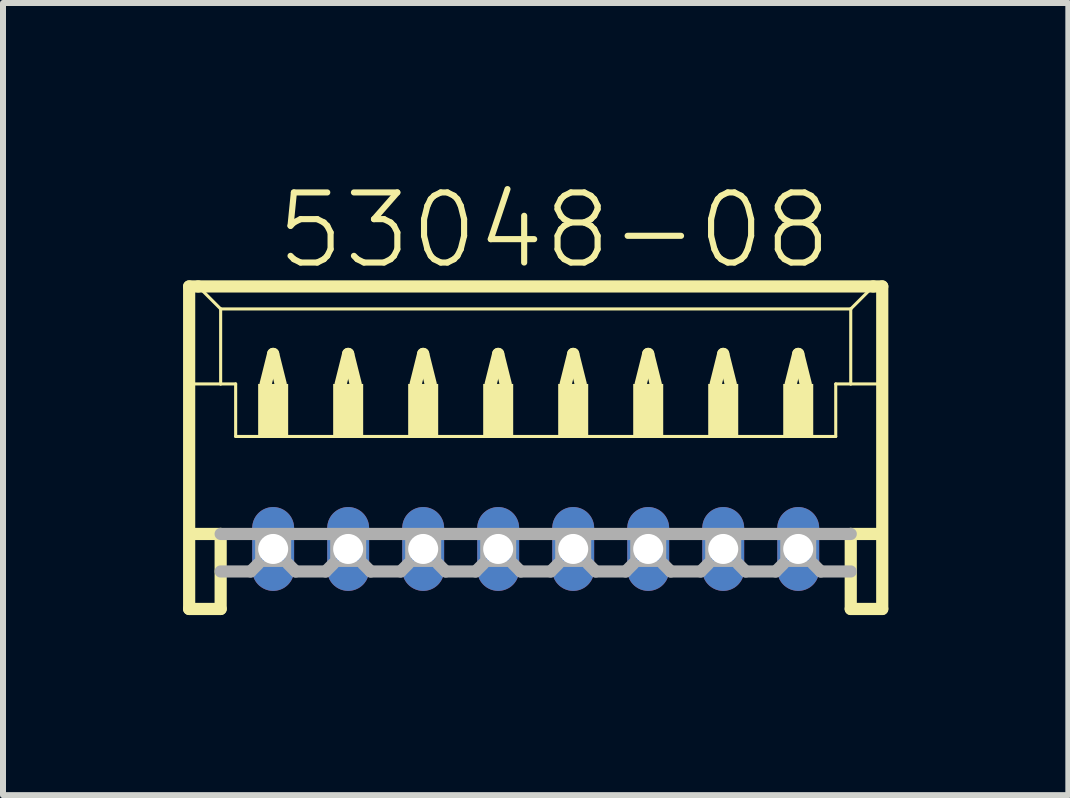
<source format=kicad_pcb>
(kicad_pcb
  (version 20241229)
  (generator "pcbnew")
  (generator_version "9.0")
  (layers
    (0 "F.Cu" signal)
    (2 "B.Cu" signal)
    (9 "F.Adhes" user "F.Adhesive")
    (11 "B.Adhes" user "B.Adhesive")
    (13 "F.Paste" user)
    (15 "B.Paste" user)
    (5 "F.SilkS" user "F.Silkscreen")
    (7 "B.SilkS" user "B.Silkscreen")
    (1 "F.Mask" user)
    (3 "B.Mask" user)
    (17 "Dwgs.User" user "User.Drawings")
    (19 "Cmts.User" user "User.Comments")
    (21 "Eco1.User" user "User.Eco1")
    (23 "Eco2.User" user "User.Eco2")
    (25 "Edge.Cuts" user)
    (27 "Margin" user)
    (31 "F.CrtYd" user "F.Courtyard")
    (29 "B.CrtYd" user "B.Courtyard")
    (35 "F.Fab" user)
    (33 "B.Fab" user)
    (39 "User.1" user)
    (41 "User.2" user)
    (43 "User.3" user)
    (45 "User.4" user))
  (footprint "53048-08"
    (layer "F.Cu")
    (at 5.877 4.848)
    (property "Reference" "53048-08" (at -4.375 -3.375 0) (layer "F.SilkS") (effects (font (size 1.168 1.168) (thickness 0.102)) (justify left bottom)))
    (fp_line (start -5.775 -3.125) (end -5.775 2.25) (stroke (width 0.203) (type solid)) (layer "F.SilkS"))
    (fp_line (start -5.775 2.25) (end -5.25 2.25) (stroke (width 0.203) (type solid)) (layer "F.SilkS"))
    (fp_line (start -5.75 -1.5) (end -5.25 -1.5) (stroke (width 0.051) (type solid)) (layer "F.SilkS"))
    (fp_line (start -5.75 1) (end -5.25 1) (stroke (width 0.203) (type solid)) (layer "F.SilkS"))
    (fp_line (start -5.625 -3.125) (end -5.775 -3.125) (stroke (width 0.203) (type solid)) (layer "F.SilkS"))
    (fp_line (start -5.25 -2.75) (end -5.625 -3.125) (stroke (width 0.051) (type solid)) (layer "F.SilkS"))
    (fp_line (start -5.25 -2.75) (end 5.25 -2.75) (stroke (width 0.051) (type solid)) (layer "F.SilkS"))
    (fp_line (start -5.25 -1.5) (end -5.25 -2.75) (stroke (width 0.051) (type solid)) (layer "F.SilkS"))
    (fp_line (start -5.25 -1.5) (end -5 -1.5) (stroke (width 0.051) (type solid)) (layer "F.SilkS"))
    (fp_line (start -5.25 1) (end -5.25 2.25) (stroke (width 0.203) (type solid)) (layer "F.SilkS"))
    (fp_line (start -5 -1.5) (end -5 -0.625) (stroke (width 0.051) (type solid)) (layer "F.SilkS"))
    (fp_line (start -5 -0.625) (end 5 -0.625) (stroke (width 0.051) (type solid)) (layer "F.SilkS"))
    (fp_line (start -4.5 -1.5) (end -4.375 -2) (stroke (width 0.203) (type solid)) (layer "F.SilkS"))
    (fp_line (start -4.375 -2) (end -4.25 -1.5) (stroke (width 0.203) (type solid)) (layer "F.SilkS"))
    (fp_line (start -3.25 -1.5) (end -3.125 -2) (stroke (width 0.203) (type solid)) (layer "F.SilkS"))
    (fp_line (start -3.125 -2) (end -3 -1.5) (stroke (width 0.203) (type solid)) (layer "F.SilkS"))
    (fp_line (start -2 -1.5) (end -1.875 -2) (stroke (width 0.203) (type solid)) (layer "F.SilkS"))
    (fp_line (start -1.875 -2) (end -1.75 -1.5) (stroke (width 0.203) (type solid)) (layer "F.SilkS"))
    (fp_line (start -0.75 -1.5) (end -0.625 -2) (stroke (width 0.203) (type solid)) (layer "F.SilkS"))
    (fp_line (start -0.625 -2) (end -0.5 -1.5) (stroke (width 0.203) (type solid)) (layer "F.SilkS"))
    (fp_line (start 0.5 -1.5) (end 0.625 -2) (stroke (width 0.203) (type solid)) (layer "F.SilkS"))
    (fp_line (start 0.625 -2) (end 0.75 -1.5) (stroke (width 0.203) (type solid)) (layer "F.SilkS"))
    (fp_line (start 1.75 -1.5) (end 1.875 -2) (stroke (width 0.203) (type solid)) (layer "F.SilkS"))
    (fp_line (start 1.875 -2) (end 2 -1.5) (stroke (width 0.203) (type solid)) (layer "F.SilkS"))
    (fp_line (start 3 -1.5) (end 3.125 -2) (stroke (width 0.203) (type solid)) (layer "F.SilkS"))
    (fp_line (start 3.125 -2) (end 3.25 -1.5) (stroke (width 0.203) (type solid)) (layer "F.SilkS"))
    (fp_line (start 4.25 -1.5) (end 4.375 -2) (stroke (width 0.203) (type solid)) (layer "F.SilkS"))
    (fp_line (start 4.375 -2) (end 4.5 -1.5) (stroke (width 0.203) (type solid)) (layer "F.SilkS"))
    (fp_line (start 5 -1.5) (end 5 -0.625) (stroke (width 0.051) (type solid)) (layer "F.SilkS"))
    (fp_line (start 5 -1.5) (end 5.25 -1.5) (stroke (width 0.051) (type solid)) (layer "F.SilkS"))
    (fp_line (start 5.25 -2.75) (end 5.25 -1.5) (stroke (width 0.051) (type solid)) (layer "F.SilkS"))
    (fp_line (start 5.25 -2.75) (end 5.625 -3.125) (stroke (width 0.051) (type solid)) (layer "F.SilkS"))
    (fp_line (start 5.25 -1.5) (end 5.75 -1.5) (stroke (width 0.051) (type solid)) (layer "F.SilkS"))
    (fp_line (start 5.25 1) (end 5.25 2.25) (stroke (width 0.203) (type solid)) (layer "F.SilkS"))
    (fp_line (start 5.25 1) (end 5.75 1) (stroke (width 0.203) (type solid)) (layer "F.SilkS"))
    (fp_line (start 5.25 2.25) (end 5.775 2.25) (stroke (width 0.203) (type solid)) (layer "F.SilkS"))
    (fp_line (start 5.625 -3.125) (end -5.625 -3.125) (stroke (width 0.203) (type solid)) (layer "F.SilkS"))
    (fp_line (start 5.775 -3.125) (end 5.625 -3.125) (stroke (width 0.203) (type solid)) (layer "F.SilkS"))
    (fp_line (start 5.775 2.25) (end 5.775 -3.125) (stroke (width 0.203) (type solid)) (layer "F.SilkS"))
    (fp_poly (pts (xy -4.625 -0.625) (xy -4.125 -0.625) (xy -4.125 -1.5) (xy -4.625 -1.5)) (stroke (width 0) (type solid)) (fill yes) (layer "F.SilkS"))
    (fp_poly (pts (xy -3.375 -0.625) (xy -2.875 -0.625) (xy -2.875 -1.5) (xy -3.375 -1.5)) (stroke (width 0) (type solid)) (fill yes) (layer "F.SilkS"))
    (fp_poly (pts (xy -2.125 -0.625) (xy -1.625 -0.625) (xy -1.625 -1.5) (xy -2.125 -1.5)) (stroke (width 0) (type solid)) (fill yes) (layer "F.SilkS"))
    (fp_poly (pts (xy -0.875 -0.625) (xy -0.375 -0.625) (xy -0.375 -1.5) (xy -0.875 -1.5)) (stroke (width 0) (type solid)) (fill yes) (layer "F.SilkS"))
    (fp_poly (pts (xy 0.375 -0.625) (xy 0.875 -0.625) (xy 0.875 -1.5) (xy 0.375 -1.5)) (stroke (width 0) (type solid)) (fill yes) (layer "F.SilkS"))
    (fp_poly (pts (xy 1.625 -0.625) (xy 2.125 -0.625) (xy 2.125 -1.5) (xy 1.625 -1.5)) (stroke (width 0) (type solid)) (fill yes) (layer "F.SilkS"))
    (fp_poly (pts (xy 2.875 -0.625) (xy 3.375 -0.625) (xy 3.375 -1.5) (xy 2.875 -1.5)) (stroke (width 0) (type solid)) (fill yes) (layer "F.SilkS"))
    (fp_poly (pts (xy 4.125 -0.625) (xy 4.625 -0.625) (xy 4.625 -1.5) (xy 4.125 -1.5)) (stroke (width 0) (type solid)) (fill yes) (layer "F.SilkS"))
    (fp_line (start -5.25 1) (end 5.25 1) (stroke (width 0.203) (type solid)) (layer "F.Fab"))
    (fp_line (start -4.75 1.625) (end -5.25 1.625) (stroke (width 0.203) (type solid)) (layer "F.Fab"))
    (fp_line (start -4.625 1.5) (end -4.75 1.625) (stroke (width 0.203) (type solid)) (layer "F.Fab"))
    (fp_line (start -4.125 1.5) (end -4 1.625) (stroke (width 0.203) (type solid)) (layer "F.Fab"))
    (fp_line (start -3.5 1.625) (end -4 1.625) (stroke (width 0.203) (type solid)) (layer "F.Fab"))
    (fp_line (start -3.375 1.5) (end -3.5 1.625) (stroke (width 0.203) (type solid)) (layer "F.Fab"))
    (fp_line (start -2.875 1.5) (end -2.75 1.625) (stroke (width 0.203) (type solid)) (layer "F.Fab"))
    (fp_line (start -2.25 1.625) (end -2.75 1.625) (stroke (width 0.203) (type solid)) (layer "F.Fab"))
    (fp_line (start -2.125 1.5) (end -2.25 1.625) (stroke (width 0.203) (type solid)) (layer "F.Fab"))
    (fp_line (start -1.625 1.5) (end -1.5 1.625) (stroke (width 0.203) (type solid)) (layer "F.Fab"))
    (fp_line (start -1 1.625) (end -1.5 1.625) (stroke (width 0.203) (type solid)) (layer "F.Fab"))
    (fp_line (start -0.875 1.5) (end -1 1.625) (stroke (width 0.203) (type solid)) (layer "F.Fab"))
    (fp_line (start -0.375 1.5) (end -0.25 1.625) (stroke (width 0.203) (type solid)) (layer "F.Fab"))
    (fp_line (start 0.25 1.625) (end -0.25 1.625) (stroke (width 0.203) (type solid)) (layer "F.Fab"))
    (fp_line (start 0.375 1.5) (end 0.25 1.625) (stroke (width 0.203) (type solid)) (layer "F.Fab"))
    (fp_line (start 0.875 1.5) (end 1 1.625) (stroke (width 0.203) (type solid)) (layer "F.Fab"))
    (fp_line (start 1.5 1.625) (end 1 1.625) (stroke (width 0.203) (type solid)) (layer "F.Fab"))
    (fp_line (start 1.625 1.5) (end 1.5 1.625) (stroke (width 0.203) (type solid)) (layer "F.Fab"))
    (fp_line (start 2.125 1.5) (end 2.25 1.625) (stroke (width 0.203) (type solid)) (layer "F.Fab"))
    (fp_line (start 2.75 1.625) (end 2.25 1.625) (stroke (width 0.203) (type solid)) (layer "F.Fab"))
    (fp_line (start 2.875 1.5) (end 2.75 1.625) (stroke (width 0.203) (type solid)) (layer "F.Fab"))
    (fp_line (start 3.375 1.5) (end 3.5 1.625) (stroke (width 0.203) (type solid)) (layer "F.Fab"))
    (fp_line (start 4 1.625) (end 3.5 1.625) (stroke (width 0.203) (type solid)) (layer "F.Fab"))
    (fp_line (start 4.125 1.5) (end 4 1.625) (stroke (width 0.203) (type solid)) (layer "F.Fab"))
    (fp_line (start 4.625 1.5) (end 4.75 1.625) (stroke (width 0.203) (type solid)) (layer "F.Fab"))
    (fp_line (start 5.25 1.625) (end 4.75 1.625) (stroke (width 0.203) (type solid)) (layer "F.Fab"))
    (fp_poly (pts (xy -4.625 1.5) (xy -4.125 1.5) (xy -4.125 1) (xy -4.625 1)) (stroke (width 0.1) (type solid)) (fill no) (layer "F.Fab"))
    (fp_poly (pts (xy -3.375 1.5) (xy -2.875 1.5) (xy -2.875 1) (xy -3.375 1)) (stroke (width 0.1) (type solid)) (fill no) (layer "F.Fab"))
    (fp_poly (pts (xy -2.125 1.5) (xy -1.625 1.5) (xy -1.625 1) (xy -2.125 1)) (stroke (width 0.1) (type solid)) (fill no) (layer "F.Fab"))
    (fp_poly (pts (xy -0.875 1.5) (xy -0.375 1.5) (xy -0.375 1) (xy -0.875 1)) (stroke (width 0.1) (type solid)) (fill no) (layer "F.Fab"))
    (fp_poly (pts (xy 0.375 1.5) (xy 0.875 1.5) (xy 0.875 1) (xy 0.375 1)) (stroke (width 0.1) (type solid)) (fill no) (layer "F.Fab"))
    (fp_poly (pts (xy 1.625 1.5) (xy 2.125 1.5) (xy 2.125 1) (xy 1.625 1)) (stroke (width 0.1) (type solid)) (fill no) (layer "F.Fab"))
    (fp_poly (pts (xy 2.875 1.5) (xy 3.375 1.5) (xy 3.375 1) (xy 2.875 1)) (stroke (width 0.1) (type solid)) (fill no) (layer "F.Fab"))
    (fp_poly (pts (xy 4.125 1.5) (xy 4.625 1.5) (xy 4.625 1) (xy 4.125 1)) (stroke (width 0.1) (type solid)) (fill no) (layer "F.Fab"))
    (pad "1" thru_hole oval (at 4.375 1.25 90) (size 1.397 0.698) (drill 0.5) (layers "*.Cu" "*.Mask"))
    (pad "2" thru_hole oval (at 3.125 1.25 90) (size 1.397 0.698) (drill 0.5) (layers "*.Cu" "*.Mask"))
    (pad "3" thru_hole oval (at 1.875 1.25 90) (size 1.397 0.698) (drill 0.5) (layers "*.Cu" "*.Mask"))
    (pad "4" thru_hole oval (at 0.625 1.25 90) (size 1.397 0.698) (drill 0.5) (layers "*.Cu" "*.Mask"))
    (pad "5" thru_hole oval (at -0.625 1.25 90) (size 1.397 0.698) (drill 0.5) (layers "*.Cu" "*.Mask"))
    (pad "6" thru_hole oval (at -1.875 1.25 90) (size 1.397 0.698) (drill 0.5) (layers "*.Cu" "*.Mask"))
    (pad "7" thru_hole oval (at -3.125 1.25 90) (size 1.397 0.698) (drill 0.5) (layers "*.Cu" "*.Mask"))
    (pad "8" thru_hole oval (at -4.375 1.25 90) (size 1.397 0.698) (drill 0.5) (layers "*.Cu" "*.Mask")))
  (gr_rect
    (start -3 -3)
    (end 14.753 10.2)
    (stroke (width 0.1) (type default))
    (fill no)
    (layer "Edge.Cuts")))
</source>
